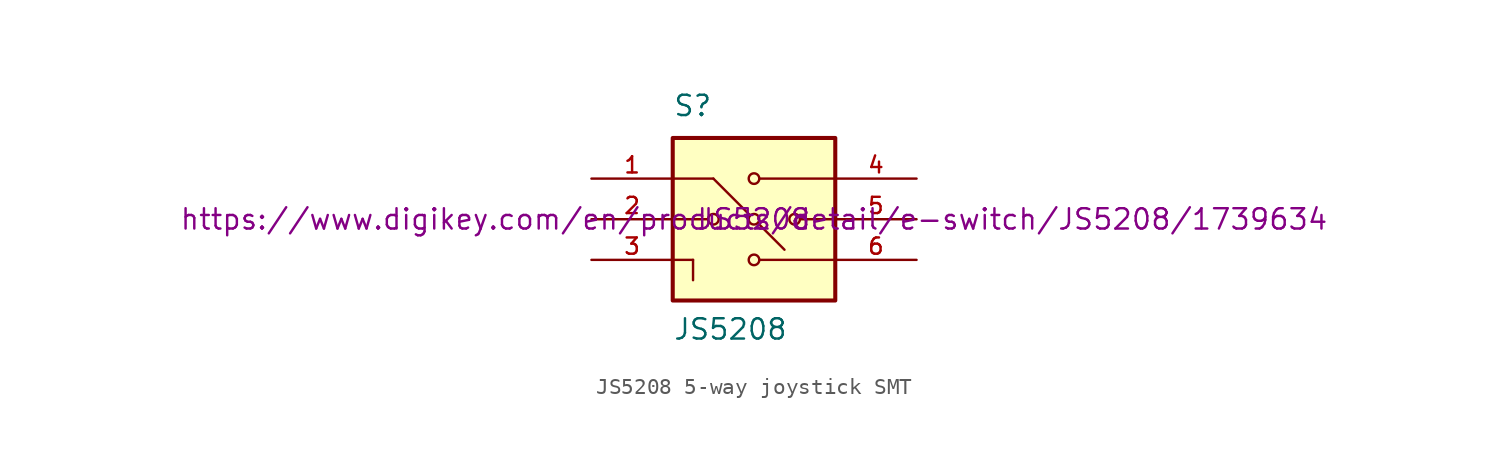
<source format=kicad_sym>
(kicad_symbol_lib
  (version 20231120)
  (generator "kicad_symbol_editor")
  (generator_version "8.0")
  (symbol "JS5208 5-way joystick SMT"
    (pin_names
      (offset 1.016))
    (property "Reference" "S"
      (at -5.08 6.35 0)
      (effects (font (size 1.27 1.27)) (justify left bottom)))
    (property "Value" "JS5208"
      (at -5.08 -7.62 0)
      (effects (font (size 1.27 1.27)) (justify left bottom)))
    (property "Digikey" "https://www.digikey.com/en/products/detail/e-switch/JS5208/1739634"
      (at 0 0 0)
      (effects (font (size 1.27 1.27))))
    (property "MPN" "JS5208"
      (at 0 0 0)
      (effects (font (size 1.27 1.27))))
    (symbol "JS5208 5-way joystick SMT_0_0"
      (rectangle (start -5.08 -5.08) (end 5.08 5.08) (stroke (width 0.254) (type default)) (fill (type background)))
      (circle (center -2.54 0) (radius 0.33) (stroke (width 0.152) (type default)) (fill (type none)))
      (circle (center 0 -2.54) (radius 0.33) (stroke (width 0.152) (type default)) (fill (type none)))
      (polyline (pts (xy -5.08 -2.54) (xy -3.81 -2.54)) (stroke (width 0.152) (type default)) (fill (type none)))
      (polyline (pts (xy -5.08 0) (xy -2.921 0)) (stroke (width 0.152) (type default)) (fill (type none)))
      (polyline (pts (xy -5.08 2.54) (xy -2.54 2.54)) (stroke (width 0.152) (type default)) (fill (type none)))
      (polyline (pts (xy -3.81 -2.54) (xy -3.81 -3.81)) (stroke (width 0.152) (type default)) (fill (type none)))
      (polyline (pts (xy -2.54 2.54) (xy -0.254 0.254)) (stroke (width 0.152) (type default)) (fill (type none)))
      (polyline (pts (xy 0.254 -0.254) (xy 1.905 -1.905)) (stroke (width 0.152) (type default)) (fill (type none)))
      (polyline (pts (xy 0.381 -2.54) (xy 5.08 -2.54)) (stroke (width 0.152) (type default)) (fill (type none)))
      (polyline (pts (xy 0.381 2.54) (xy 5.08 2.54)) (stroke (width 0.152) (type default)) (fill (type none)))
      (polyline (pts (xy 2.921 0) (xy 5.08 0)) (stroke (width 0.152) (type default)) (fill (type none)))
      (circle (center 0 0) (radius 0.33) (stroke (width 0.152) (type default)) (fill (type none)))
      (circle (center 0 2.54) (radius 0.33) (stroke (width 0.152) (type default)) (fill (type none)))
      (circle (center 2.54 0) (radius 0.33) (stroke (width 0.152) (type default)) (fill (type none)))
      (pin passive line (at -10.16 2.54 0) (length 5.08) (name "~" (effects (font (size 1.016 1.016)))) (number "1" (effects (font (size 1.016 1.016)))))
      (pin passive line (at -10.16 0 0) (length 5.08) (name "~" (effects (font (size 1.016 1.016)))) (number "2" (effects (font (size 1.016 1.016)))))
      (pin passive line (at -10.16 -2.54 0) (length 5.08) (name "~" (effects (font (size 1.016 1.016)))) (number "3" (effects (font (size 1.016 1.016)))))
      (pin passive line (at 10.16 2.54 180) (length 5.08) (name "~" (effects (font (size 1.016 1.016)))) (number "4" (effects (font (size 1.016 1.016)))))
      (pin passive line (at 10.16 0 180) (length 5.08) (name "~" (effects (font (size 1.016 1.016)))) (number "5" (effects (font (size 1.016 1.016)))))
      (pin passive line (at 10.16 -2.54 180) (length 5.08) (name "~" (effects (font (size 1.016 1.016)))) (number "6" (effects (font (size 1.016 1.016))))))))
</source>
